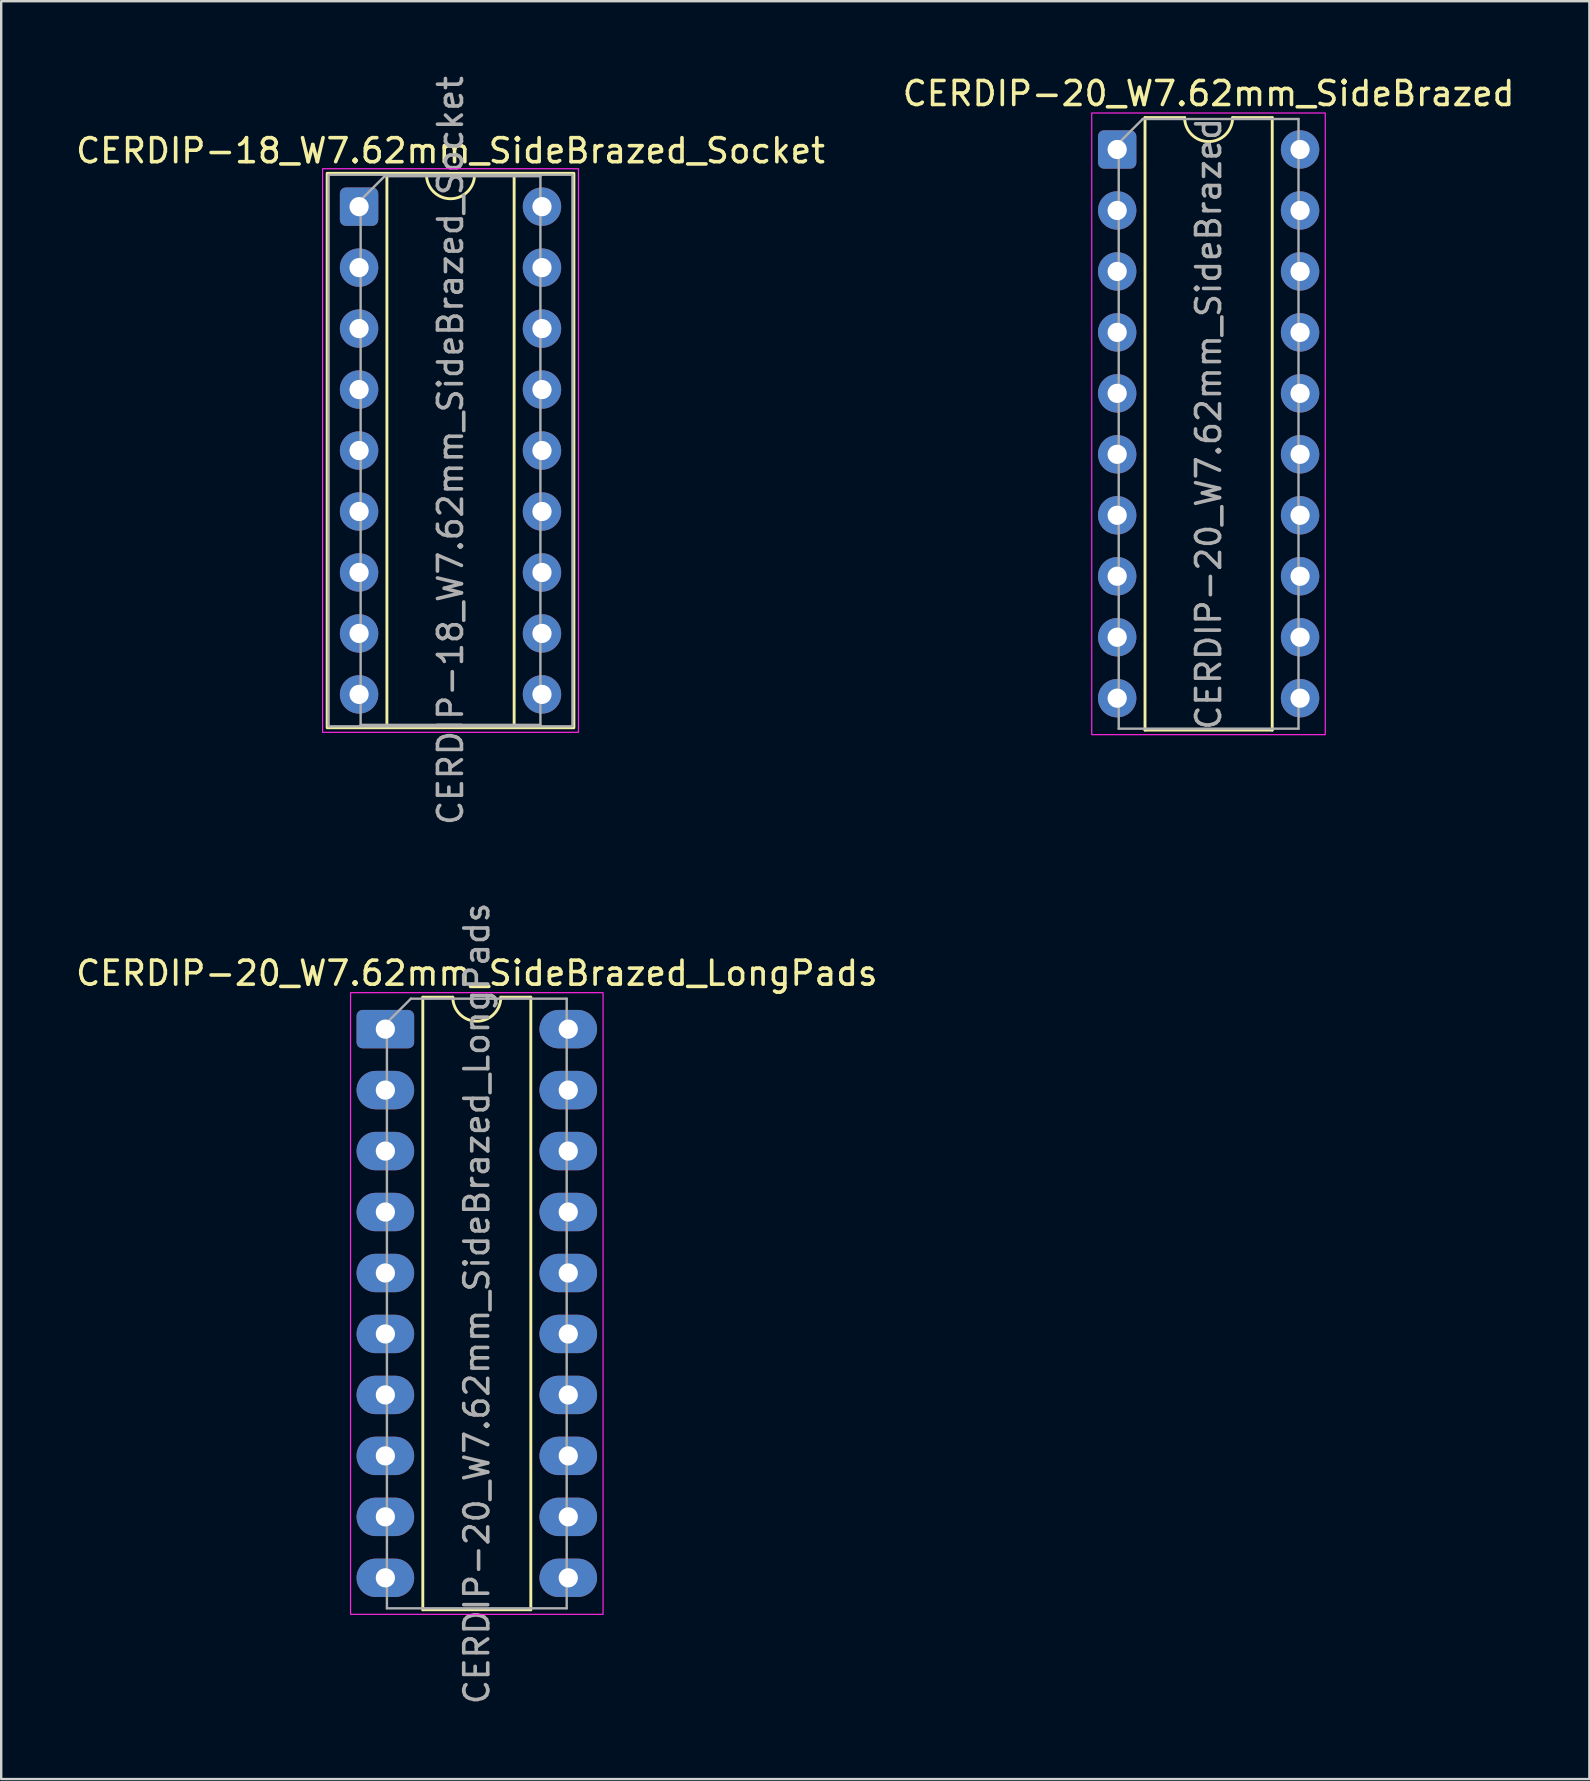
<source format=kicad_pcb>
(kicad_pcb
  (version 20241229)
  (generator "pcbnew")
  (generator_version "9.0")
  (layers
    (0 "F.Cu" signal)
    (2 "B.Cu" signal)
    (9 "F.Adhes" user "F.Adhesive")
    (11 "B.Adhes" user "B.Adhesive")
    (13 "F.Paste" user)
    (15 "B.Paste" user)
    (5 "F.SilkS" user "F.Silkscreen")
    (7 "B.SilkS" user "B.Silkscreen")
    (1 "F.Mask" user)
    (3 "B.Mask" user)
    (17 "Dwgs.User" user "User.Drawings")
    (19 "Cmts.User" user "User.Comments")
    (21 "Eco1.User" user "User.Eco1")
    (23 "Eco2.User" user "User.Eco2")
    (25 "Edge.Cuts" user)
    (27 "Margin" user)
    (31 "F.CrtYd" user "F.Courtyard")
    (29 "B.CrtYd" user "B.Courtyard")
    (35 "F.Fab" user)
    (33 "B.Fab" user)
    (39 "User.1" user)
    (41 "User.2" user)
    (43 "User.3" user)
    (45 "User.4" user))
  (footprint "CERDIP-18_W7.62mm_SideBrazed_Socket"
    (layer "F.Cu")
    (at 11.91 5.56)
    (property "Reference" "CERDIP-18_W7.62mm_SideBrazed_Socket" (at 3.81 -2.33 0) (layer "F.SilkS") (effects (font (size 1 1) (thickness 0.15))))
    (attr through_hole)
    (fp_line (start 1.16 -1.33) (end 1.16 21.65) (stroke (width 0.12) (type solid)) (layer "F.SilkS"))
    (fp_line (start 1.16 21.65) (end 6.46 21.65) (stroke (width 0.12) (type solid)) (layer "F.SilkS"))
    (fp_line (start 2.81 -1.33) (end 1.16 -1.33) (stroke (width 0.12) (type solid)) (layer "F.SilkS"))
    (fp_line (start 6.46 -1.33) (end 4.81 -1.33) (stroke (width 0.12) (type solid)) (layer "F.SilkS"))
    (fp_line (start 6.46 21.65) (end 6.46 -1.33) (stroke (width 0.12) (type solid)) (layer "F.SilkS"))
    (fp_rect (start -1.33 -1.39) (end 8.95 21.71) (stroke (width 0.12) (type solid)) (fill no) (layer "F.SilkS"))
    (fp_arc (start 4.81 -1.33) (mid 3.81 -0.33) (end 2.81 -1.33) (stroke (width 0.12) (type solid)) (layer "F.SilkS"))
    (fp_rect (start -1.52 -1.58) (end 9.14 21.9) (stroke (width 0.05) (type solid)) (fill no) (layer "F.CrtYd"))
    (fp_line (start 0.065 -0.27) (end 1.065 -1.27) (stroke (width 0.1) (type solid)) (layer "F.Fab"))
    (fp_line (start 0.065 21.59) (end 0.065 -0.27) (stroke (width 0.1) (type solid)) (layer "F.Fab"))
    (fp_line (start 1.065 -1.27) (end 7.555 -1.27) (stroke (width 0.1) (type solid)) (layer "F.Fab"))
    (fp_line (start 7.555 -1.27) (end 7.555 21.59) (stroke (width 0.1) (type solid)) (layer "F.Fab"))
    (fp_line (start 7.555 21.59) (end 0.065 21.59) (stroke (width 0.1) (type solid)) (layer "F.Fab"))
    (fp_rect (start -1.27 -1.33) (end 8.89 21.65) (stroke (width 0.1) (type solid)) (fill no) (layer "F.Fab"))
    (fp_text user "${REFERENCE}" (at 3.81 10.16 90) (layer "F.Fab") (effects (font (size 1 1) (thickness 0.15))))
    (pad "1" thru_hole roundrect (at 0 0) (size 1.6 1.6) (drill 0.8) (layers "*.Cu" "*.Mask") (roundrect_rratio 0.156))
    (pad "2" thru_hole circle (at 0 2.54) (size 1.6 1.6) (drill 0.8) (layers "*.Cu" "*.Mask"))
    (pad "3" thru_hole circle (at 0 5.08) (size 1.6 1.6) (drill 0.8) (layers "*.Cu" "*.Mask"))
    (pad "4" thru_hole circle (at 0 7.62) (size 1.6 1.6) (drill 0.8) (layers "*.Cu" "*.Mask"))
    (pad "5" thru_hole circle (at 0 10.16) (size 1.6 1.6) (drill 0.8) (layers "*.Cu" "*.Mask"))
    (pad "6" thru_hole circle (at 0 12.7) (size 1.6 1.6) (drill 0.8) (layers "*.Cu" "*.Mask"))
    (pad "7" thru_hole circle (at 0 15.24) (size 1.6 1.6) (drill 0.8) (layers "*.Cu" "*.Mask"))
    (pad "8" thru_hole circle (at 0 17.78) (size 1.6 1.6) (drill 0.8) (layers "*.Cu" "*.Mask"))
    (pad "9" thru_hole circle (at 0 20.32) (size 1.6 1.6) (drill 0.8) (layers "*.Cu" "*.Mask"))
    (pad "10" thru_hole circle (at 7.62 20.32) (size 1.6 1.6) (drill 0.8) (layers "*.Cu" "*.Mask"))
    (pad "11" thru_hole circle (at 7.62 17.78) (size 1.6 1.6) (drill 0.8) (layers "*.Cu" "*.Mask"))
    (pad "12" thru_hole circle (at 7.62 15.24) (size 1.6 1.6) (drill 0.8) (layers "*.Cu" "*.Mask"))
    (pad "13" thru_hole circle (at 7.62 12.7) (size 1.6 1.6) (drill 0.8) (layers "*.Cu" "*.Mask"))
    (pad "14" thru_hole circle (at 7.62 10.16) (size 1.6 1.6) (drill 0.8) (layers "*.Cu" "*.Mask"))
    (pad "15" thru_hole circle (at 7.62 7.62) (size 1.6 1.6) (drill 0.8) (layers "*.Cu" "*.Mask"))
    (pad "16" thru_hole circle (at 7.62 5.08) (size 1.6 1.6) (drill 0.8) (layers "*.Cu" "*.Mask"))
    (pad "17" thru_hole circle (at 7.62 2.54) (size 1.6 1.6) (drill 0.8) (layers "*.Cu" "*.Mask"))
    (pad "18" thru_hole circle (at 7.62 0) (size 1.6 1.6) (drill 0.8) (layers "*.Cu" "*.Mask")))
  (footprint "CERDIP-20_W7.62mm_SideBrazed"
    (layer "F.Cu")
    (at 43.494 3.178)
    (property "Reference" "CERDIP-20_W7.62mm_SideBrazed" (at 3.81 -2.33 0) (layer "F.SilkS") (effects (font (size 1 1) (thickness 0.15))))
    (attr through_hole)
    (fp_line (start 1.16 -1.33) (end 1.16 24.19) (stroke (width 0.12) (type solid)) (layer "F.SilkS"))
    (fp_line (start 1.16 24.19) (end 6.46 24.19) (stroke (width 0.12) (type solid)) (layer "F.SilkS"))
    (fp_line (start 2.81 -1.33) (end 1.16 -1.33) (stroke (width 0.12) (type solid)) (layer "F.SilkS"))
    (fp_line (start 6.46 -1.33) (end 4.81 -1.33) (stroke (width 0.12) (type solid)) (layer "F.SilkS"))
    (fp_line (start 6.46 24.19) (end 6.46 -1.33) (stroke (width 0.12) (type solid)) (layer "F.SilkS"))
    (fp_arc (start 4.81 -1.33) (mid 3.81 -0.33) (end 2.81 -1.33) (stroke (width 0.12) (type solid)) (layer "F.SilkS"))
    (fp_rect (start -1.06 -1.52) (end 8.67 24.38) (stroke (width 0.05) (type solid)) (fill no) (layer "F.CrtYd"))
    (fp_line (start 0.065 -0.27) (end 1.065 -1.27) (stroke (width 0.1) (type solid)) (layer "F.Fab"))
    (fp_line (start 0.065 24.13) (end 0.065 -0.27) (stroke (width 0.1) (type solid)) (layer "F.Fab"))
    (fp_line (start 1.065 -1.27) (end 7.555 -1.27) (stroke (width 0.1) (type solid)) (layer "F.Fab"))
    (fp_line (start 7.555 -1.27) (end 7.555 24.13) (stroke (width 0.1) (type solid)) (layer "F.Fab"))
    (fp_line (start 7.555 24.13) (end 0.065 24.13) (stroke (width 0.1) (type solid)) (layer "F.Fab"))
    (fp_text user "${REFERENCE}" (at 3.81 11.43 90) (layer "F.Fab") (effects (font (size 1 1) (thickness 0.15))))
    (pad "1" thru_hole roundrect (at 0 0) (size 1.6 1.6) (drill 0.8) (layers "*.Cu" "*.Mask") (roundrect_rratio 0.156))
    (pad "2" thru_hole circle (at 0 2.54) (size 1.6 1.6) (drill 0.8) (layers "*.Cu" "*.Mask"))
    (pad "3" thru_hole circle (at 0 5.08) (size 1.6 1.6) (drill 0.8) (layers "*.Cu" "*.Mask"))
    (pad "4" thru_hole circle (at 0 7.62) (size 1.6 1.6) (drill 0.8) (layers "*.Cu" "*.Mask"))
    (pad "5" thru_hole circle (at 0 10.16) (size 1.6 1.6) (drill 0.8) (layers "*.Cu" "*.Mask"))
    (pad "6" thru_hole circle (at 0 12.7) (size 1.6 1.6) (drill 0.8) (layers "*.Cu" "*.Mask"))
    (pad "7" thru_hole circle (at 0 15.24) (size 1.6 1.6) (drill 0.8) (layers "*.Cu" "*.Mask"))
    (pad "8" thru_hole circle (at 0 17.78) (size 1.6 1.6) (drill 0.8) (layers "*.Cu" "*.Mask"))
    (pad "9" thru_hole circle (at 0 20.32) (size 1.6 1.6) (drill 0.8) (layers "*.Cu" "*.Mask"))
    (pad "10" thru_hole circle (at 0 22.86) (size 1.6 1.6) (drill 0.8) (layers "*.Cu" "*.Mask"))
    (pad "11" thru_hole circle (at 7.62 22.86) (size 1.6 1.6) (drill 0.8) (layers "*.Cu" "*.Mask"))
    (pad "12" thru_hole circle (at 7.62 20.32) (size 1.6 1.6) (drill 0.8) (layers "*.Cu" "*.Mask"))
    (pad "13" thru_hole circle (at 7.62 17.78) (size 1.6 1.6) (drill 0.8) (layers "*.Cu" "*.Mask"))
    (pad "14" thru_hole circle (at 7.62 15.24) (size 1.6 1.6) (drill 0.8) (layers "*.Cu" "*.Mask"))
    (pad "15" thru_hole circle (at 7.62 12.7) (size 1.6 1.6) (drill 0.8) (layers "*.Cu" "*.Mask"))
    (pad "16" thru_hole circle (at 7.62 10.16) (size 1.6 1.6) (drill 0.8) (layers "*.Cu" "*.Mask"))
    (pad "17" thru_hole circle (at 7.62 7.62) (size 1.6 1.6) (drill 0.8) (layers "*.Cu" "*.Mask"))
    (pad "18" thru_hole circle (at 7.62 5.08) (size 1.6 1.6) (drill 0.8) (layers "*.Cu" "*.Mask"))
    (pad "19" thru_hole circle (at 7.62 2.54) (size 1.6 1.6) (drill 0.8) (layers "*.Cu" "*.Mask"))
    (pad "20" thru_hole circle (at 7.62 0) (size 1.6 1.6) (drill 0.8) (layers "*.Cu" "*.Mask")))
  (footprint "CERDIP-20_W7.62mm_SideBrazed_LongPads"
    (layer "F.Cu")
    (at 13.005 39.826)
    (property "Reference" "CERDIP-20_W7.62mm_SideBrazed_LongPads" (at 3.81 -2.33 0) (layer "F.SilkS") (effects (font (size 1 1) (thickness 0.15))))
    (attr through_hole)
    (fp_line (start 1.56 -1.33) (end 1.56 24.19) (stroke (width 0.12) (type solid)) (layer "F.SilkS"))
    (fp_line (start 1.56 24.19) (end 6.06 24.19) (stroke (width 0.12) (type solid)) (layer "F.SilkS"))
    (fp_line (start 2.81 -1.33) (end 1.56 -1.33) (stroke (width 0.12) (type solid)) (layer "F.SilkS"))
    (fp_line (start 6.06 -1.33) (end 4.81 -1.33) (stroke (width 0.12) (type solid)) (layer "F.SilkS"))
    (fp_line (start 6.06 24.19) (end 6.06 -1.33) (stroke (width 0.12) (type solid)) (layer "F.SilkS"))
    (fp_arc (start 4.81 -1.33) (mid 3.81 -0.33) (end 2.81 -1.33) (stroke (width 0.12) (type solid)) (layer "F.SilkS"))
    (fp_rect (start -1.45 -1.52) (end 9.07 24.38) (stroke (width 0.05) (type solid)) (fill no) (layer "F.CrtYd"))
    (fp_line (start 0.065 -0.27) (end 1.065 -1.27) (stroke (width 0.1) (type solid)) (layer "F.Fab"))
    (fp_line (start 0.065 24.13) (end 0.065 -0.27) (stroke (width 0.1) (type solid)) (layer "F.Fab"))
    (fp_line (start 1.065 -1.27) (end 7.555 -1.27) (stroke (width 0.1) (type solid)) (layer "F.Fab"))
    (fp_line (start 7.555 -1.27) (end 7.555 24.13) (stroke (width 0.1) (type solid)) (layer "F.Fab"))
    (fp_line (start 7.555 24.13) (end 0.065 24.13) (stroke (width 0.1) (type solid)) (layer "F.Fab"))
    (fp_text user "${REFERENCE}" (at 3.81 11.43 90) (layer "F.Fab") (effects (font (size 1 1) (thickness 0.15))))
    (pad "1" thru_hole roundrect (at 0 0) (size 2.4 1.6) (drill 0.8) (layers "*.Cu" "*.Mask") (roundrect_rratio 0.156))
    (pad "2" thru_hole oval (at 0 2.54) (size 2.4 1.6) (drill 0.8) (layers "*.Cu" "*.Mask"))
    (pad "3" thru_hole oval (at 0 5.08) (size 2.4 1.6) (drill 0.8) (layers "*.Cu" "*.Mask"))
    (pad "4" thru_hole oval (at 0 7.62) (size 2.4 1.6) (drill 0.8) (layers "*.Cu" "*.Mask"))
    (pad "5" thru_hole oval (at 0 10.16) (size 2.4 1.6) (drill 0.8) (layers "*.Cu" "*.Mask"))
    (pad "6" thru_hole oval (at 0 12.7) (size 2.4 1.6) (drill 0.8) (layers "*.Cu" "*.Mask"))
    (pad "7" thru_hole oval (at 0 15.24) (size 2.4 1.6) (drill 0.8) (layers "*.Cu" "*.Mask"))
    (pad "8" thru_hole oval (at 0 17.78) (size 2.4 1.6) (drill 0.8) (layers "*.Cu" "*.Mask"))
    (pad "9" thru_hole oval (at 0 20.32) (size 2.4 1.6) (drill 0.8) (layers "*.Cu" "*.Mask"))
    (pad "10" thru_hole oval (at 0 22.86) (size 2.4 1.6) (drill 0.8) (layers "*.Cu" "*.Mask"))
    (pad "11" thru_hole oval (at 7.62 22.86) (size 2.4 1.6) (drill 0.8) (layers "*.Cu" "*.Mask"))
    (pad "12" thru_hole oval (at 7.62 20.32) (size 2.4 1.6) (drill 0.8) (layers "*.Cu" "*.Mask"))
    (pad "13" thru_hole oval (at 7.62 17.78) (size 2.4 1.6) (drill 0.8) (layers "*.Cu" "*.Mask"))
    (pad "14" thru_hole oval (at 7.62 15.24) (size 2.4 1.6) (drill 0.8) (layers "*.Cu" "*.Mask"))
    (pad "15" thru_hole oval (at 7.62 12.7) (size 2.4 1.6) (drill 0.8) (layers "*.Cu" "*.Mask"))
    (pad "16" thru_hole oval (at 7.62 10.16) (size 2.4 1.6) (drill 0.8) (layers "*.Cu" "*.Mask"))
    (pad "17" thru_hole oval (at 7.62 7.62) (size 2.4 1.6) (drill 0.8) (layers "*.Cu" "*.Mask"))
    (pad "18" thru_hole oval (at 7.62 5.08) (size 2.4 1.6) (drill 0.8) (layers "*.Cu" "*.Mask"))
    (pad "19" thru_hole oval (at 7.62 2.54) (size 2.4 1.6) (drill 0.8) (layers "*.Cu" "*.Mask"))
    (pad "20" thru_hole oval (at 7.62 0) (size 2.4 1.6) (drill 0.8) (layers "*.Cu" "*.Mask")))
  (gr_rect
    (start -3 -3)
    (end 63.167 71.071)
    (stroke (width 0.1) (type default))
    (fill no)
    (layer "Edge.Cuts")))
</source>
